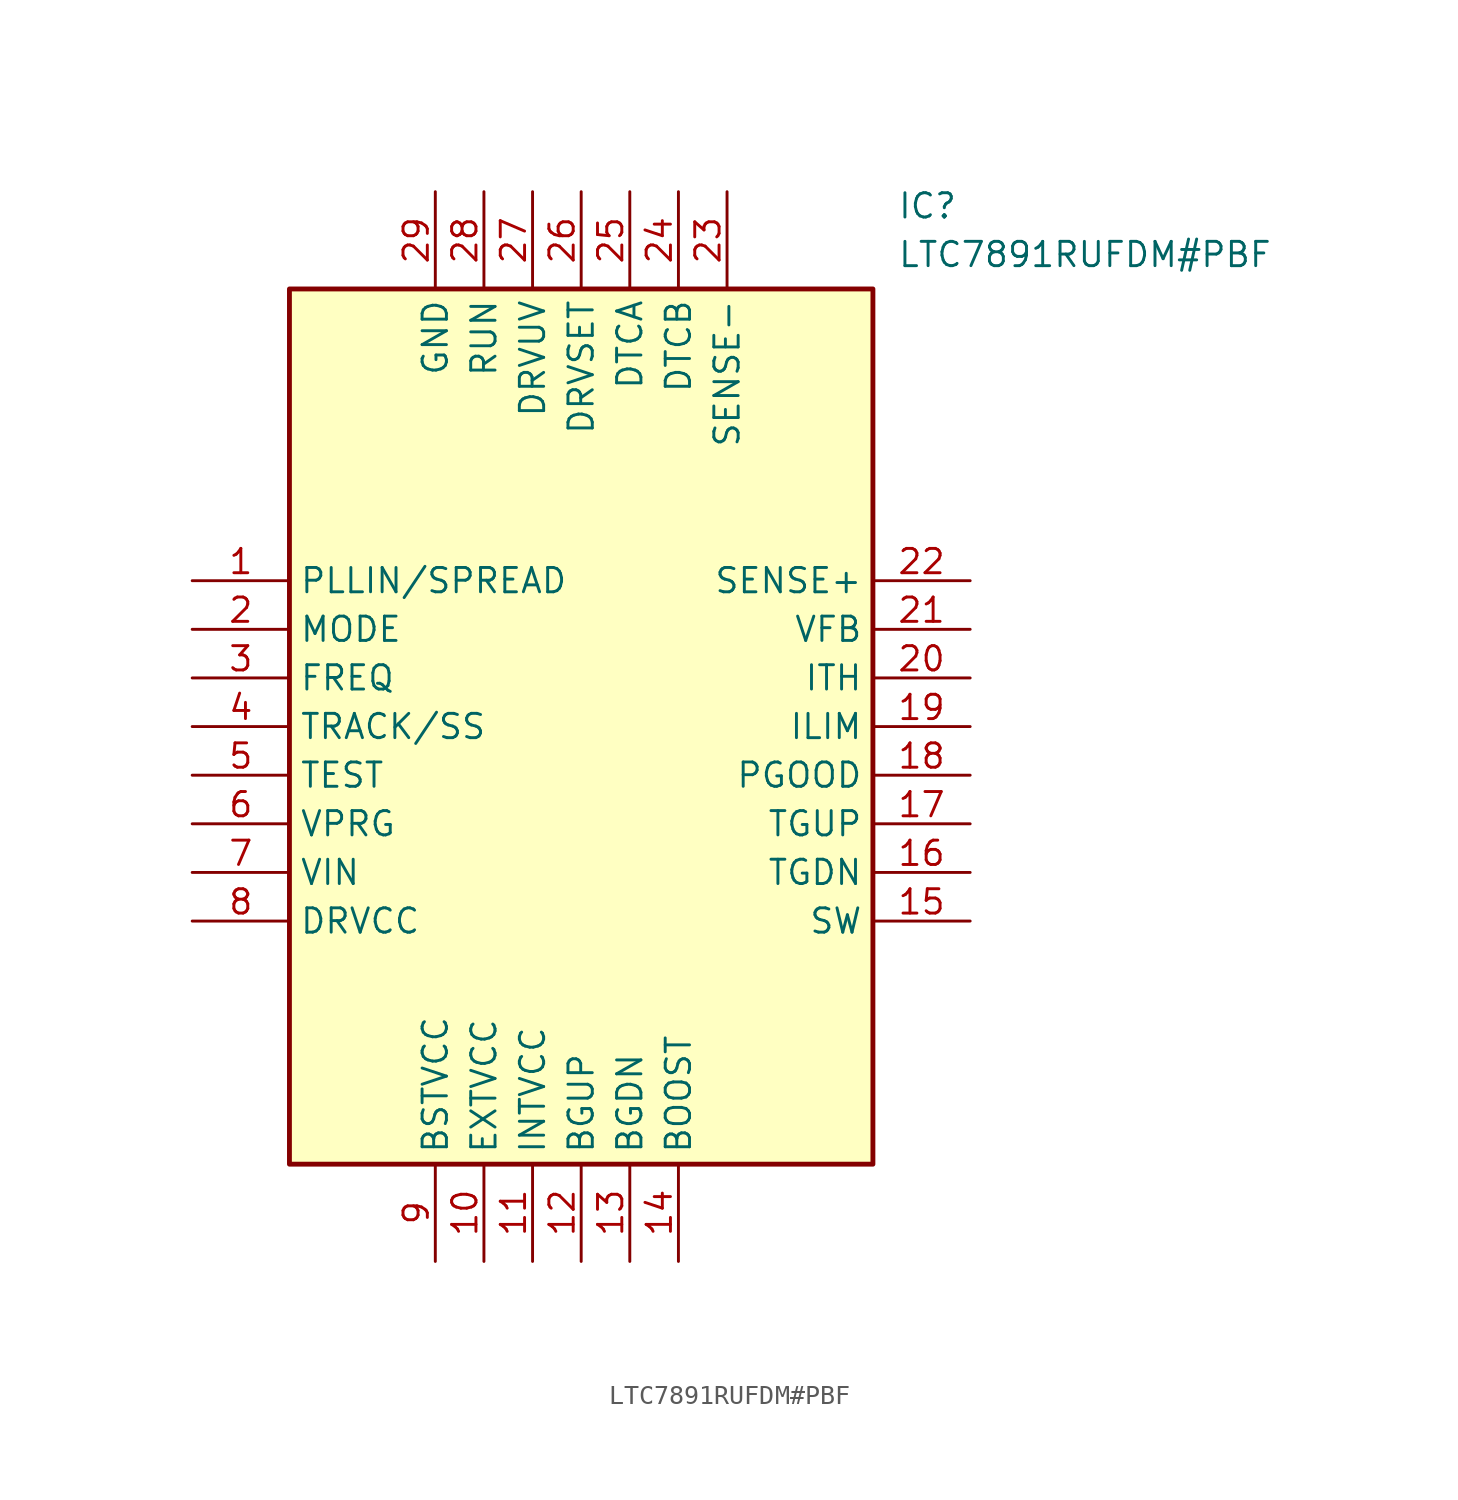
<source format=kicad_sym>
(kicad_symbol_lib
  (version 20211014)
  (generator SamacSys_ECAD_Model)
  (symbol "LTC7891RUFDM#PBF"
    (property "Reference" "IC"
      (at 36.83 20.32 0)
      (effects (font (size 1.27 1.27)) (justify left top)))
    (property "Value" "LTC7891RUFDM#PBF"
      (at 36.83 17.78 0)
      (effects (font (size 1.27 1.27)) (justify left top)))
    (rectangle
      (start 5.08 15.24)
      (end 35.56 -30.48)
      (stroke (width 0.254) (type default))
      (fill (type background)))
    (pin passive line
      (at 0 0 0)
      (length 5.08)
      (name "PLLIN/SPREAD" (effects (font (size 1.27 1.27))))
      (number "1" (effects (font (size 1.27 1.27)))))
    (pin passive line
      (at 0 -2.54 0)
      (length 5.08)
      (name "MODE" (effects (font (size 1.27 1.27))))
      (number "2" (effects (font (size 1.27 1.27)))))
    (pin passive line
      (at 0 -5.08 0)
      (length 5.08)
      (name "FREQ" (effects (font (size 1.27 1.27))))
      (number "3" (effects (font (size 1.27 1.27)))))
    (pin passive line
      (at 0 -7.62 0)
      (length 5.08)
      (name "TRACK/SS" (effects (font (size 1.27 1.27))))
      (number "4" (effects (font (size 1.27 1.27)))))
    (pin passive line
      (at 0 -10.16 0)
      (length 5.08)
      (name "TEST" (effects (font (size 1.27 1.27))))
      (number "5" (effects (font (size 1.27 1.27)))))
    (pin passive line
      (at 0 -12.7 0)
      (length 5.08)
      (name "VPRG" (effects (font (size 1.27 1.27))))
      (number "6" (effects (font (size 1.27 1.27)))))
    (pin passive line
      (at 0 -15.24 0)
      (length 5.08)
      (name "VIN" (effects (font (size 1.27 1.27))))
      (number "7" (effects (font (size 1.27 1.27)))))
    (pin passive line
      (at 0 -17.78 0)
      (length 5.08)
      (name "DRVCC" (effects (font (size 1.27 1.27))))
      (number "8" (effects (font (size 1.27 1.27)))))
    (pin passive line
      (at 12.7 -35.56 90)
      (length 5.08)
      (name "BSTVCC" (effects (font (size 1.27 1.27))))
      (number "9" (effects (font (size 1.27 1.27)))))
    (pin passive line
      (at 15.24 -35.56 90)
      (length 5.08)
      (name "EXTVCC" (effects (font (size 1.27 1.27))))
      (number "10" (effects (font (size 1.27 1.27)))))
    (pin passive line
      (at 17.78 -35.56 90)
      (length 5.08)
      (name "INTVCC" (effects (font (size 1.27 1.27))))
      (number "11" (effects (font (size 1.27 1.27)))))
    (pin passive line
      (at 20.32 -35.56 90)
      (length 5.08)
      (name "BGUP" (effects (font (size 1.27 1.27))))
      (number "12" (effects (font (size 1.27 1.27)))))
    (pin passive line
      (at 22.86 -35.56 90)
      (length 5.08)
      (name "BGDN" (effects (font (size 1.27 1.27))))
      (number "13" (effects (font (size 1.27 1.27)))))
    (pin passive line
      (at 25.4 -35.56 90)
      (length 5.08)
      (name "BOOST" (effects (font (size 1.27 1.27))))
      (number "14" (effects (font (size 1.27 1.27)))))
    (pin passive line
      (at 40.64 0 180)
      (length 5.08)
      (name "SENSE+" (effects (font (size 1.27 1.27))))
      (number "22" (effects (font (size 1.27 1.27)))))
    (pin passive line
      (at 40.64 -2.54 180)
      (length 5.08)
      (name "VFB" (effects (font (size 1.27 1.27))))
      (number "21" (effects (font (size 1.27 1.27)))))
    (pin passive line
      (at 40.64 -5.08 180)
      (length 5.08)
      (name "ITH" (effects (font (size 1.27 1.27))))
      (number "20" (effects (font (size 1.27 1.27)))))
    (pin passive line
      (at 40.64 -7.62 180)
      (length 5.08)
      (name "ILIM" (effects (font (size 1.27 1.27))))
      (number "19" (effects (font (size 1.27 1.27)))))
    (pin passive line
      (at 40.64 -10.16 180)
      (length 5.08)
      (name "PGOOD" (effects (font (size 1.27 1.27))))
      (number "18" (effects (font (size 1.27 1.27)))))
    (pin passive line
      (at 40.64 -12.7 180)
      (length 5.08)
      (name "TGUP" (effects (font (size 1.27 1.27))))
      (number "17" (effects (font (size 1.27 1.27)))))
    (pin passive line
      (at 40.64 -15.24 180)
      (length 5.08)
      (name "TGDN" (effects (font (size 1.27 1.27))))
      (number "16" (effects (font (size 1.27 1.27)))))
    (pin passive line
      (at 40.64 -17.78 180)
      (length 5.08)
      (name "SW" (effects (font (size 1.27 1.27))))
      (number "15" (effects (font (size 1.27 1.27)))))
    (pin passive line
      (at 12.7 20.32 270)
      (length 5.08)
      (name "GND" (effects (font (size 1.27 1.27))))
      (number "29" (effects (font (size 1.27 1.27)))))
    (pin passive line
      (at 15.24 20.32 270)
      (length 5.08)
      (name "RUN" (effects (font (size 1.27 1.27))))
      (number "28" (effects (font (size 1.27 1.27)))))
    (pin passive line
      (at 17.78 20.32 270)
      (length 5.08)
      (name "DRVUV" (effects (font (size 1.27 1.27))))
      (number "27" (effects (font (size 1.27 1.27)))))
    (pin passive line
      (at 20.32 20.32 270)
      (length 5.08)
      (name "DRVSET" (effects (font (size 1.27 1.27))))
      (number "26" (effects (font (size 1.27 1.27)))))
    (pin passive line
      (at 22.86 20.32 270)
      (length 5.08)
      (name "DTCA" (effects (font (size 1.27 1.27))))
      (number "25" (effects (font (size 1.27 1.27)))))
    (pin passive line
      (at 25.4 20.32 270)
      (length 5.08)
      (name "DTCB" (effects (font (size 1.27 1.27))))
      (number "24" (effects (font (size 1.27 1.27)))))
    (pin passive line
      (at 27.94 20.32 270)
      (length 5.08)
      (name "SENSE-" (effects (font (size 1.27 1.27))))
      (number "23" (effects (font (size 1.27 1.27)))))))
</source>
